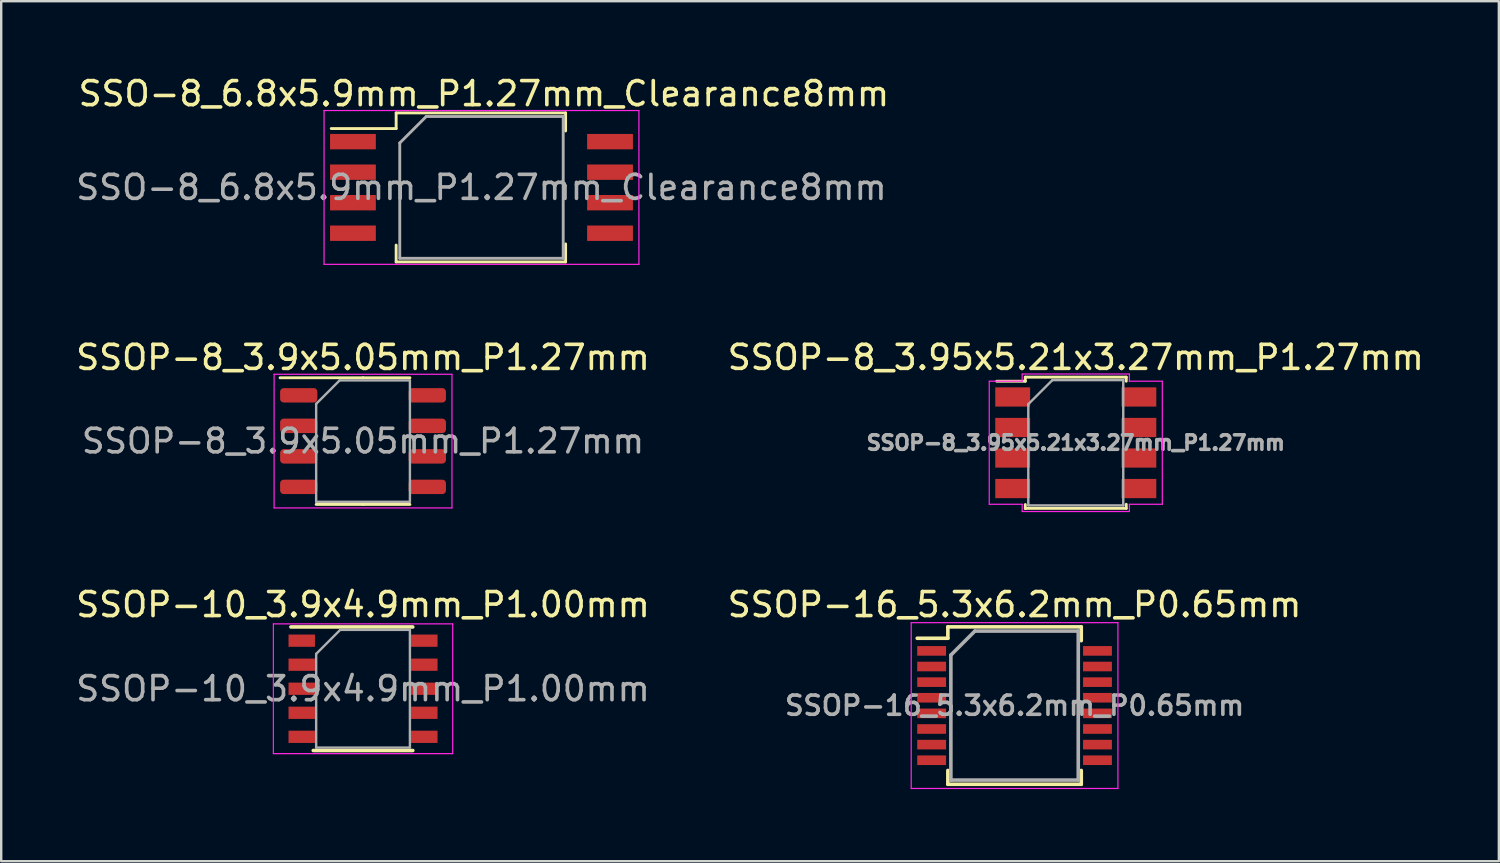
<source format=kicad_pcb>
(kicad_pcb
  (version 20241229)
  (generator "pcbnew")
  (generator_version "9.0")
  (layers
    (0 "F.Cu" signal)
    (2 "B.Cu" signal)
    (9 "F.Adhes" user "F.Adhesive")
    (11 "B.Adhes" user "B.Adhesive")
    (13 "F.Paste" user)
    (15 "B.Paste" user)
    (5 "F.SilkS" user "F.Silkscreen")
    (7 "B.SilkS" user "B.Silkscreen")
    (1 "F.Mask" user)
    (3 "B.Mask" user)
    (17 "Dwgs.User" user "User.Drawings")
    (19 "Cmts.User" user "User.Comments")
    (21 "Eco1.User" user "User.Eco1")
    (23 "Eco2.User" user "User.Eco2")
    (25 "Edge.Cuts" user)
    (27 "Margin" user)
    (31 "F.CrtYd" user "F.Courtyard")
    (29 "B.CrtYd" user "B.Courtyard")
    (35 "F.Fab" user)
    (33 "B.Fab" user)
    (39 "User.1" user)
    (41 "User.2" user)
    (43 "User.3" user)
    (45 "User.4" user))
  (footprint "SSOP-8_3.95x5.21x3.27mm_P1.27mm"
    (layer "F.Cu")
    (at 41.708 15.371)
    (property "Reference" "SSOP-8_3.95x5.21x3.27mm_P1.27mm" (at 0 -3.55 0) (layer "F.SilkS") (effects (font (size 1 1) (thickness 0.15))))
    (attr smd)
    (fp_line (start -2.1 -2.73) (end -2.1 -2.56) (stroke (width 0.12) (type solid)) (layer "F.SilkS"))
    (fp_line (start -2.1 -2.56) (end -3.29 -2.56) (stroke (width 0.12) (type solid)) (layer "F.SilkS"))
    (fp_line (start -2.1 2.57) (end -2.1 2.74) (stroke (width 0.12) (type solid)) (layer "F.SilkS"))
    (fp_line (start 2.1 -2.73) (end -2.1 -2.73) (stroke (width 0.12) (type solid)) (layer "F.SilkS"))
    (fp_line (start 2.1 -2.73) (end 2.1 -2.56) (stroke (width 0.12) (type solid)) (layer "F.SilkS"))
    (fp_line (start 2.1 2.56) (end 2.1 2.73) (stroke (width 0.12) (type solid)) (layer "F.SilkS"))
    (fp_line (start 2.1 2.73) (end -2.1 2.73) (stroke (width 0.12) (type solid)) (layer "F.SilkS"))
    (fp_line (start -3.6 -2.56) (end -2.23 -2.56) (stroke (width 0.05) (type solid)) (layer "F.CrtYd"))
    (fp_line (start -3.6 2.56) (end -3.6 -2.56) (stroke (width 0.05) (type solid)) (layer "F.CrtYd"))
    (fp_line (start -3.6 2.56) (end -2.23 2.56) (stroke (width 0.05) (type solid)) (layer "F.CrtYd"))
    (fp_line (start -2.23 -2.86) (end 2.23 -2.86) (stroke (width 0.05) (type solid)) (layer "F.CrtYd"))
    (fp_line (start -2.23 -2.56) (end -2.23 -2.86) (stroke (width 0.05) (type solid)) (layer "F.CrtYd"))
    (fp_line (start -2.23 2.86) (end -2.23 2.56) (stroke (width 0.05) (type solid)) (layer "F.CrtYd"))
    (fp_line (start 2.23 -2.56) (end 3.6 -2.56) (stroke (width 0.05) (type solid)) (layer "F.CrtYd"))
    (fp_line (start 2.23 -2.55) (end 2.23 -2.85) (stroke (width 0.05) (type solid)) (layer "F.CrtYd"))
    (fp_line (start 2.23 2.56) (end 3.6 2.56) (stroke (width 0.05) (type solid)) (layer "F.CrtYd"))
    (fp_line (start 2.23 2.86) (end -2.23 2.86) (stroke (width 0.05) (type solid)) (layer "F.CrtYd"))
    (fp_line (start 2.23 2.86) (end 2.23 2.56) (stroke (width 0.05) (type solid)) (layer "F.CrtYd"))
    (fp_line (start 3.6 2.56) (end 3.6 -2.56) (stroke (width 0.05) (type solid)) (layer "F.CrtYd"))
    (fp_line (start -1.975 2.605) (end -1.975 -1.605) (stroke (width 0.1) (type solid)) (layer "F.Fab"))
    (fp_line (start -0.975 -2.605) (end -1.975 -1.605) (stroke (width 0.1) (type solid)) (layer "F.Fab"))
    (fp_line (start -0.975 -2.605) (end 1.975 -2.605) (stroke (width 0.1) (type solid)) (layer "F.Fab"))
    (fp_line (start 1.975 -2.605) (end 1.975 2.605) (stroke (width 0.1) (type solid)) (layer "F.Fab"))
    (fp_line (start 1.975 2.605) (end -1.975 2.605) (stroke (width 0.1) (type solid)) (layer "F.Fab"))
    (fp_text user "${REFERENCE}" (at 0 0 0) (layer "F.Fab") (effects (font (size 0.6 0.6) (thickness 0.15))))
    (pad "1" smd rect (at -2.625 -1.905) (size 1.45 0.8) (layers "F.Cu" "F.Mask" "F.Paste"))
    (pad "1" smd rect (at 2.625 -1.905) (size 1.45 0.8) (layers "F.Cu" "F.Mask" "F.Paste"))
    (pad "2" smd rect (at -2.625 -0.635) (size 1.45 0.8) (layers "F.Cu" "F.Mask" "F.Paste"))
    (pad "3" smd rect (at -2.625 0.635) (size 1.45 0.8) (layers "F.Cu" "F.Mask" "F.Paste"))
    (pad "4" smd rect (at -2.625 1.905) (size 1.45 0.8) (layers "F.Cu" "F.Mask" "F.Paste"))
    (pad "5" smd rect (at 2.625 1.905) (size 1.45 0.8) (layers "F.Cu" "F.Mask" "F.Paste"))
    (pad "6" smd rect (at 2.625 0.635) (size 1.45 0.8) (layers "F.Cu" "F.Mask" "F.Paste"))
    (pad "7" smd rect (at 2.625 -0.635) (size 1.45 0.8) (layers "F.Cu" "F.Mask" "F.Paste")))
  (footprint "SSOP-16_5.3x6.2mm_P0.65mm"
    (layer "F.Cu")
    (at 39.161 26.305)
    (property "Reference" "SSOP-16_5.3x6.2mm_P0.65mm" (at 0 -4.2 0) (layer "F.SilkS") (effects (font (size 1 1) (thickness 0.15))))
    (attr smd)
    (fp_line (start -2.775 -3.275) (end -2.775 -2.8) (stroke (width 0.15) (type solid)) (layer "F.SilkS"))
    (fp_line (start -2.775 -3.275) (end 2.775 -3.275) (stroke (width 0.15) (type solid)) (layer "F.SilkS"))
    (fp_line (start -2.775 -2.8) (end -4.05 -2.8) (stroke (width 0.15) (type solid)) (layer "F.SilkS"))
    (fp_line (start -2.775 3.275) (end -2.775 2.7) (stroke (width 0.15) (type solid)) (layer "F.SilkS"))
    (fp_line (start -2.775 3.275) (end 2.775 3.275) (stroke (width 0.15) (type solid)) (layer "F.SilkS"))
    (fp_line (start 2.775 -3.275) (end 2.775 -2.7) (stroke (width 0.15) (type solid)) (layer "F.SilkS"))
    (fp_line (start 2.775 3.275) (end 2.775 2.7) (stroke (width 0.15) (type solid)) (layer "F.SilkS"))
    (fp_line (start -4.3 -3.45) (end -4.3 3.45) (stroke (width 0.05) (type solid)) (layer "F.CrtYd"))
    (fp_line (start -4.3 -3.45) (end 4.3 -3.45) (stroke (width 0.05) (type solid)) (layer "F.CrtYd"))
    (fp_line (start -4.3 3.45) (end 4.3 3.45) (stroke (width 0.05) (type solid)) (layer "F.CrtYd"))
    (fp_line (start 4.3 -3.45) (end 4.3 3.45) (stroke (width 0.05) (type solid)) (layer "F.CrtYd"))
    (fp_line (start -2.65 -2.1) (end -1.65 -3.1) (stroke (width 0.15) (type solid)) (layer "F.Fab"))
    (fp_line (start -2.65 3.1) (end -2.65 -2.1) (stroke (width 0.15) (type solid)) (layer "F.Fab"))
    (fp_line (start -1.65 -3.1) (end 2.65 -3.1) (stroke (width 0.15) (type solid)) (layer "F.Fab"))
    (fp_line (start 2.65 -3.1) (end 2.65 3.1) (stroke (width 0.15) (type solid)) (layer "F.Fab"))
    (fp_line (start 2.65 3.1) (end -2.65 3.1) (stroke (width 0.15) (type solid)) (layer "F.Fab"))
    (fp_text user "${REFERENCE}" (at 0 0 0) (layer "F.Fab") (effects (font (size 0.8 0.8) (thickness 0.15))))
    (pad "1" smd rect (at -3.45 -2.275) (size 1.2 0.4) (layers "F.Cu" "F.Mask" "F.Paste"))
    (pad "2" smd rect (at -3.45 -1.625) (size 1.2 0.4) (layers "F.Cu" "F.Mask" "F.Paste"))
    (pad "3" smd rect (at -3.45 -0.975) (size 1.2 0.4) (layers "F.Cu" "F.Mask" "F.Paste"))
    (pad "4" smd rect (at -3.45 -0.325) (size 1.2 0.4) (layers "F.Cu" "F.Mask" "F.Paste"))
    (pad "5" smd rect (at -3.45 0.325) (size 1.2 0.4) (layers "F.Cu" "F.Mask" "F.Paste"))
    (pad "6" smd rect (at -3.45 0.975) (size 1.2 0.4) (layers "F.Cu" "F.Mask" "F.Paste"))
    (pad "7" smd rect (at -3.45 1.625) (size 1.2 0.4) (layers "F.Cu" "F.Mask" "F.Paste"))
    (pad "8" smd rect (at -3.45 2.275) (size 1.2 0.4) (layers "F.Cu" "F.Mask" "F.Paste"))
    (pad "9" smd rect (at 3.45 2.275) (size 1.2 0.4) (layers "F.Cu" "F.Mask" "F.Paste"))
    (pad "10" smd rect (at 3.45 1.625) (size 1.2 0.4) (layers "F.Cu" "F.Mask" "F.Paste"))
    (pad "11" smd rect (at 3.45 0.975) (size 1.2 0.4) (layers "F.Cu" "F.Mask" "F.Paste"))
    (pad "12" smd rect (at 3.45 0.325) (size 1.2 0.4) (layers "F.Cu" "F.Mask" "F.Paste"))
    (pad "13" smd rect (at 3.45 -0.325) (size 1.2 0.4) (layers "F.Cu" "F.Mask" "F.Paste"))
    (pad "14" smd rect (at 3.45 -0.975) (size 1.2 0.4) (layers "F.Cu" "F.Mask" "F.Paste"))
    (pad "15" smd rect (at 3.45 -1.625) (size 1.2 0.4) (layers "F.Cu" "F.Mask" "F.Paste"))
    (pad "16" smd rect (at 3.45 -2.275) (size 1.2 0.4) (layers "F.Cu" "F.Mask" "F.Paste")))
  (footprint "SSOP-8_3.9x5.05mm_P1.27mm"
    (layer "F.Cu")
    (at 12.054 15.302)
    (property "Reference" "SSOP-8_3.9x5.05mm_P1.27mm" (at 0 -3.48 0) (layer "F.SilkS") (effects (font (size 1 1) (thickness 0.15))))
    (attr smd)
    (fp_line (start 0 -2.635) (end -3.45 -2.635) (stroke (width 0.12) (type solid)) (layer "F.SilkS"))
    (fp_line (start 0 -2.635) (end 1.95 -2.635) (stroke (width 0.12) (type solid)) (layer "F.SilkS"))
    (fp_line (start 0 2.635) (end -1.95 2.635) (stroke (width 0.12) (type solid)) (layer "F.SilkS"))
    (fp_line (start 0 2.635) (end 1.95 2.635) (stroke (width 0.12) (type solid)) (layer "F.SilkS"))
    (fp_line (start -3.7 -2.78) (end -3.7 2.78) (stroke (width 0.05) (type solid)) (layer "F.CrtYd"))
    (fp_line (start -3.7 2.78) (end 3.7 2.78) (stroke (width 0.05) (type solid)) (layer "F.CrtYd"))
    (fp_line (start 3.7 -2.78) (end -3.7 -2.78) (stroke (width 0.05) (type solid)) (layer "F.CrtYd"))
    (fp_line (start 3.7 2.78) (end 3.7 -2.78) (stroke (width 0.05) (type solid)) (layer "F.CrtYd"))
    (fp_line (start -1.95 -1.55) (end -0.975 -2.525) (stroke (width 0.1) (type solid)) (layer "F.Fab"))
    (fp_line (start -1.95 2.525) (end -1.95 -1.55) (stroke (width 0.1) (type solid)) (layer "F.Fab"))
    (fp_line (start -0.975 -2.525) (end 1.95 -2.525) (stroke (width 0.1) (type solid)) (layer "F.Fab"))
    (fp_line (start 1.95 -2.525) (end 1.95 2.525) (stroke (width 0.1) (type solid)) (layer "F.Fab"))
    (fp_line (start 1.95 2.525) (end -1.95 2.525) (stroke (width 0.1) (type solid)) (layer "F.Fab"))
    (fp_text user "${REFERENCE}" (at 0 0 0) (layer "F.Fab") (effects (font (size 0.98 0.98) (thickness 0.15))))
    (pad "1" smd roundrect (at -2.675 -1.905) (size 1.55 0.6) (layers "F.Cu" "F.Mask" "F.Paste") (roundrect_rratio 0.25))
    (pad "2" smd roundrect (at -2.675 -0.635) (size 1.55 0.6) (layers "F.Cu" "F.Mask" "F.Paste") (roundrect_rratio 0.25))
    (pad "3" smd roundrect (at -2.675 0.635) (size 1.55 0.6) (layers "F.Cu" "F.Mask" "F.Paste") (roundrect_rratio 0.25))
    (pad "4" smd roundrect (at -2.675 1.905) (size 1.55 0.6) (layers "F.Cu" "F.Mask" "F.Paste") (roundrect_rratio 0.25))
    (pad "5" smd roundrect (at 2.675 1.905) (size 1.55 0.6) (layers "F.Cu" "F.Mask" "F.Paste") (roundrect_rratio 0.25))
    (pad "6" smd roundrect (at 2.675 0.635) (size 1.55 0.6) (layers "F.Cu" "F.Mask" "F.Paste") (roundrect_rratio 0.25))
    (pad "7" smd roundrect (at 2.675 -0.635) (size 1.55 0.6) (layers "F.Cu" "F.Mask" "F.Paste") (roundrect_rratio 0.25))
    (pad "8" smd roundrect (at 2.675 -1.905) (size 1.55 0.6) (layers "F.Cu" "F.Mask" "F.Paste") (roundrect_rratio 0.25)))
  (footprint "SSO-8_6.8x5.9mm_P1.27mm_Clearance8mm"
    (layer "F.Cu")
    (at 16.982 4.748)
    (property "Reference" "SSO-8_6.8x5.9mm_P1.27mm_Clearance8mm" (at 0.1 -3.9 0) (layer "F.SilkS") (effects (font (size 1 1) (thickness 0.15))))
    (attr smd)
    (fp_line (start -3.55 -3.1) (end -3.55 -2.45) (stroke (width 0.12) (type solid)) (layer "F.SilkS"))
    (fp_line (start -3.55 -2.45) (end -6.25 -2.45) (stroke (width 0.12) (type solid)) (layer "F.SilkS"))
    (fp_line (start -3.55 2.4) (end -3.55 3.1) (stroke (width 0.12) (type solid)) (layer "F.SilkS"))
    (fp_line (start -3.55 3.1) (end 3.5 3.1) (stroke (width 0.12) (type solid)) (layer "F.SilkS"))
    (fp_line (start 3.5 -3.1) (end -3.55 -3.1) (stroke (width 0.12) (type solid)) (layer "F.SilkS"))
    (fp_line (start 3.5 -2.35) (end 3.5 -3.1) (stroke (width 0.12) (type solid)) (layer "F.SilkS"))
    (fp_line (start 3.5 3.1) (end 3.5 2.35) (stroke (width 0.12) (type solid)) (layer "F.SilkS"))
    (fp_line (start -6.55 -3.2) (end -6.55 3.2) (stroke (width 0.05) (type solid)) (layer "F.CrtYd"))
    (fp_line (start -6.55 -3.2) (end 6.55 -3.2) (stroke (width 0.05) (type solid)) (layer "F.CrtYd"))
    (fp_line (start 6.55 3.2) (end -6.55 3.2) (stroke (width 0.05) (type solid)) (layer "F.CrtYd"))
    (fp_line (start 6.55 3.2) (end 6.55 -3.2) (stroke (width 0.05) (type solid)) (layer "F.CrtYd"))
    (fp_line (start -3.4 -1.85) (end -3.4 2.95) (stroke (width 0.12) (type solid)) (layer "F.Fab"))
    (fp_line (start -3.4 2.95) (end 3.4 2.95) (stroke (width 0.12) (type solid)) (layer "F.Fab"))
    (fp_line (start -2.3 -2.95) (end -3.4 -1.85) (stroke (width 0.12) (type solid)) (layer "F.Fab"))
    (fp_line (start 3.4 -2.95) (end -2.3 -2.95) (stroke (width 0.12) (type solid)) (layer "F.Fab"))
    (fp_line (start 3.4 2.95) (end 3.4 -2.95) (stroke (width 0.12) (type solid)) (layer "F.Fab"))
    (fp_text user "${REFERENCE}" (at 0 0 0) (layer "F.Fab") (effects (font (size 1 1) (thickness 0.15))))
    (pad "1" smd rect (at -5.348 -1.905) (size 1.905 0.64) (layers "F.Cu" "F.Mask" "F.Paste"))
    (pad "2" smd rect (at -5.348 -0.635) (size 1.905 0.64) (layers "F.Cu" "F.Mask" "F.Paste"))
    (pad "3" smd rect (at -5.348 0.635) (size 1.905 0.64) (layers "F.Cu" "F.Mask" "F.Paste"))
    (pad "4" smd rect (at -5.348 1.905) (size 1.905 0.64) (layers "F.Cu" "F.Mask" "F.Paste"))
    (pad "5" smd rect (at 5.348 1.905) (size 1.905 0.64) (layers "F.Cu" "F.Mask" "F.Paste"))
    (pad "6" smd rect (at 5.348 0.635) (size 1.905 0.64) (layers "F.Cu" "F.Mask" "F.Paste"))
    (pad "7" smd rect (at 5.348 -0.635) (size 1.905 0.64) (layers "F.Cu" "F.Mask" "F.Paste"))
    (pad "8" smd rect (at 5.348 -1.905) (size 1.905 0.64) (layers "F.Cu" "F.Mask" "F.Paste")))
  (footprint "SSOP-10_3.9x4.9mm_P1.00mm"
    (layer "F.Cu")
    (at 12.054 25.605)
    (property "Reference" "SSOP-10_3.9x4.9mm_P1.00mm" (at 0 -3.5 0) (layer "F.SilkS") (effects (font (size 1 1) (thickness 0.15))))
    (attr smd)
    (fp_line (start -3 -2.57) (end 2.07 -2.57) (stroke (width 0.15) (type solid)) (layer "F.SilkS"))
    (fp_line (start -2.07 2.57) (end 2.07 2.57) (stroke (width 0.15) (type solid)) (layer "F.SilkS"))
    (fp_line (start -3.73 -2.7) (end -3.73 2.7) (stroke (width 0.05) (type solid)) (layer "F.CrtYd"))
    (fp_line (start -3.73 -2.7) (end 3.73 -2.7) (stroke (width 0.05) (type solid)) (layer "F.CrtYd"))
    (fp_line (start -3.73 2.7) (end 3.73 2.7) (stroke (width 0.05) (type solid)) (layer "F.CrtYd"))
    (fp_line (start 3.73 -2.7) (end 3.73 2.7) (stroke (width 0.05) (type solid)) (layer "F.CrtYd"))
    (fp_line (start -1.95 -1.45) (end -0.95 -2.45) (stroke (width 0.1) (type solid)) (layer "F.Fab"))
    (fp_line (start -1.95 2.45) (end -1.95 -1.45) (stroke (width 0.1) (type solid)) (layer "F.Fab"))
    (fp_line (start -0.95 -2.45) (end 1.95 -2.45) (stroke (width 0.1) (type solid)) (layer "F.Fab"))
    (fp_line (start 1.95 -2.45) (end 1.95 2.45) (stroke (width 0.1) (type solid)) (layer "F.Fab"))
    (fp_line (start 1.95 2.45) (end -1.95 2.45) (stroke (width 0.1) (type solid)) (layer "F.Fab"))
    (fp_text user "${REFERENCE}" (at 0 0 0) (layer "F.Fab") (effects (font (size 1 1) (thickness 0.15))))
    (pad "1" smd rect (at -2.55 -2) (size 1.1 0.51) (layers "F.Cu" "F.Mask" "F.Paste"))
    (pad "2" smd rect (at -2.55 -1) (size 1.1 0.51) (layers "F.Cu" "F.Mask" "F.Paste"))
    (pad "3" smd rect (at -2.55 0) (size 1.1 0.51) (layers "F.Cu" "F.Mask" "F.Paste"))
    (pad "4" smd rect (at -2.55 1) (size 1.1 0.51) (layers "F.Cu" "F.Mask" "F.Paste"))
    (pad "5" smd rect (at -2.55 2) (size 1.1 0.51) (layers "F.Cu" "F.Mask" "F.Paste"))
    (pad "6" smd rect (at 2.55 2) (size 1.1 0.51) (layers "F.Cu" "F.Mask" "F.Paste"))
    (pad "7" smd rect (at 2.55 1) (size 1.1 0.51) (layers "F.Cu" "F.Mask" "F.Paste"))
    (pad "8" smd rect (at 2.55 0) (size 1.1 0.51) (layers "F.Cu" "F.Mask" "F.Paste"))
    (pad "9" smd rect (at 2.55 -1) (size 1.1 0.51) (layers "F.Cu" "F.Mask" "F.Paste"))
    (pad "10" smd rect (at 2.55 -2) (size 1.1 0.51) (layers "F.Cu" "F.Mask" "F.Paste")))
  (gr_rect
    (start -3 -3)
    (end 59.31 32.78)
    (stroke (width 0.1) (type default))
    (fill no)
    (layer "Edge.Cuts")))
</source>
